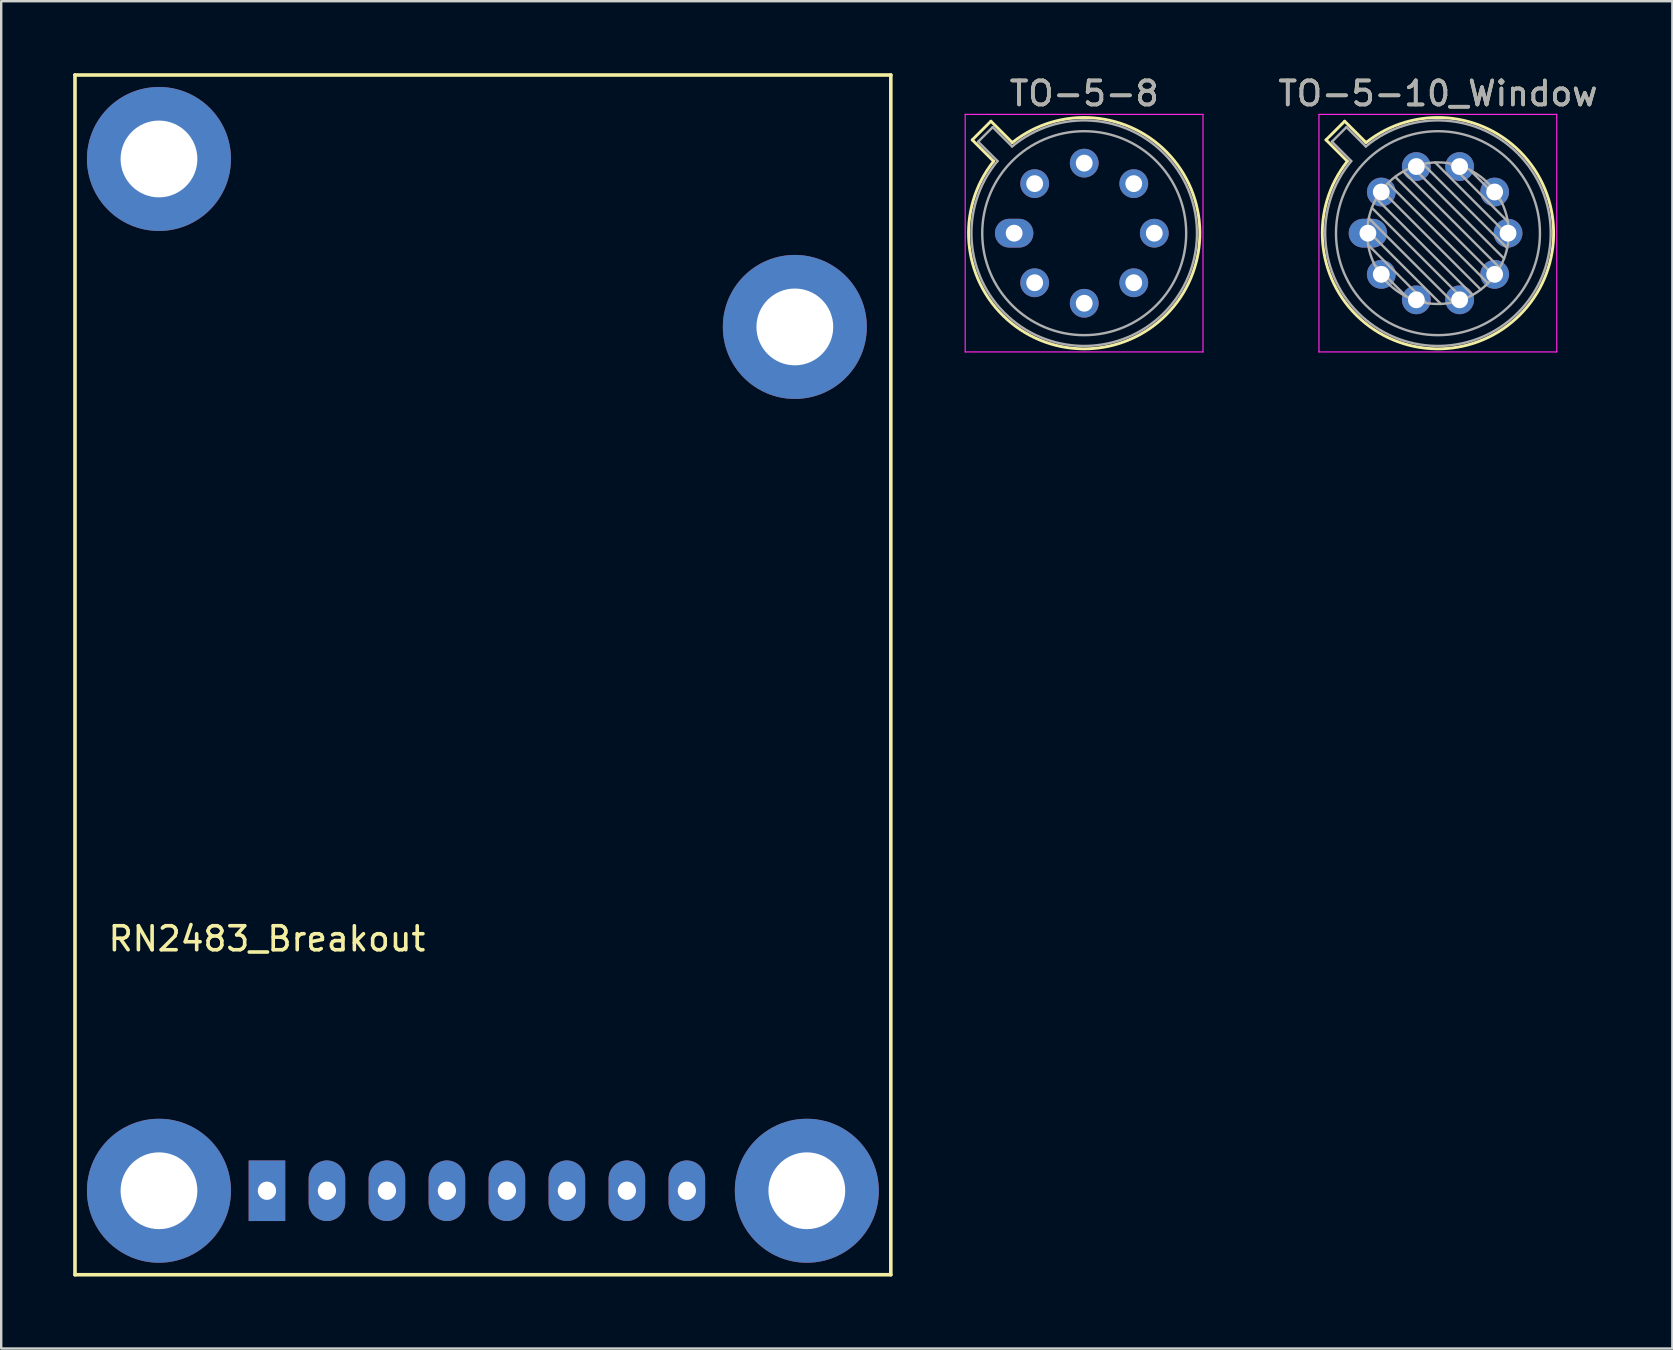
<source format=kicad_pcb>
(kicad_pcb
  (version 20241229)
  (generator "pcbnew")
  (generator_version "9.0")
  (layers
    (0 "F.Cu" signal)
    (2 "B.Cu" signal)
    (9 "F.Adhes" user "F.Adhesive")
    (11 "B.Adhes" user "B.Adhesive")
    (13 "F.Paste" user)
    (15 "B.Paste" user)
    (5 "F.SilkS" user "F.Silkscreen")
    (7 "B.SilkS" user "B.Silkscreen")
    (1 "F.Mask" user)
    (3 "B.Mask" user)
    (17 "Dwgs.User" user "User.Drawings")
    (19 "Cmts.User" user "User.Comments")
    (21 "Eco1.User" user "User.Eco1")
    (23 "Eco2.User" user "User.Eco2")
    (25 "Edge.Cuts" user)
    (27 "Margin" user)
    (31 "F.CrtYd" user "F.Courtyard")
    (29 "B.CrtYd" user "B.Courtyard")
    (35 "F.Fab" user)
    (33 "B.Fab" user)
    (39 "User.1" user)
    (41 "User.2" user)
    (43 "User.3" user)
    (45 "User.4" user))
  (footprint "TO-5-10_Window"
    (layer "F.Cu")
    (at 53.958 6.668)
    (property "Reference" "TO-5-10_Window" (at 2.92 -5.82 0) (layer "F.SilkS") (effects (font (size 1 1) (thickness 0.15))))
    (attr through_hole)
    (fp_line (start -1.746 -3.888) (end -0.855 -2.997) (stroke (width 0.12) (type solid)) (layer "F.SilkS"))
    (fp_line (start -0.968 -4.666) (end -1.746 -3.888) (stroke (width 0.12) (type solid)) (layer "F.SilkS"))
    (fp_line (start -0.077 -3.775) (end -0.968 -4.666) (stroke (width 0.12) (type solid)) (layer "F.SilkS"))
    (fp_arc (start -0.077084 -3.774902) (mid 6.328125 3.408384) (end -0.854674 -2.997371) (stroke (width 0.12) (type solid)) (layer "F.SilkS"))
    (fp_line (start -2.04 -4.95) (end -2.04 4.95) (stroke (width 0.05) (type solid)) (layer "F.CrtYd"))
    (fp_line (start -2.04 4.95) (end 7.87 4.95) (stroke (width 0.05) (type solid)) (layer "F.CrtYd"))
    (fp_line (start 7.87 -4.95) (end -2.04 -4.95) (stroke (width 0.05) (type solid)) (layer "F.CrtYd"))
    (fp_line (start 7.87 4.95) (end 7.87 -4.95) (stroke (width 0.05) (type solid)) (layer "F.CrtYd"))
    (fp_line (start -1.5 -3.812) (end -0.694 -3.005) (stroke (width 0.1) (type solid)) (layer "F.Fab"))
    (fp_line (start -0.892 -4.42) (end -1.5 -3.812) (stroke (width 0.1) (type solid)) (layer "F.Fab"))
    (fp_line (start -0.085 -3.614) (end -0.892 -4.42) (stroke (width 0.1) (type solid)) (layer "F.Fab"))
    (fp_line (start -0.028 -0.12) (end 3.04 2.948) (stroke (width 0.1) (type solid)) (layer "F.Fab"))
    (fp_line (start 0.009 0.485) (end 2.435 2.911) (stroke (width 0.1) (type solid)) (layer "F.Fab"))
    (fp_line (start 0.036 -0.622) (end 3.542 2.884) (stroke (width 0.1) (type solid)) (layer "F.Fab"))
    (fp_line (start 0.165 -1.058) (end 3.978 2.755) (stroke (width 0.1) (type solid)) (layer "F.Fab"))
    (fp_line (start 0.283 1.324) (end 1.596 2.637) (stroke (width 0.1) (type solid)) (layer "F.Fab"))
    (fp_line (start 0.346 -1.443) (end 4.363 2.574) (stroke (width 0.1) (type solid)) (layer "F.Fab"))
    (fp_line (start 0.57 -1.784) (end 4.704 2.35) (stroke (width 0.1) (type solid)) (layer "F.Fab"))
    (fp_line (start 0.834 -2.086) (end 5.006 2.086) (stroke (width 0.1) (type solid)) (layer "F.Fab"))
    (fp_line (start 1.136 -2.35) (end 5.27 1.784) (stroke (width 0.1) (type solid)) (layer "F.Fab"))
    (fp_line (start 1.477 -2.574) (end 5.494 1.443) (stroke (width 0.1) (type solid)) (layer "F.Fab"))
    (fp_line (start 1.862 -2.755) (end 5.675 1.058) (stroke (width 0.1) (type solid)) (layer "F.Fab"))
    (fp_line (start 2.298 -2.884) (end 5.804 0.622) (stroke (width 0.1) (type solid)) (layer "F.Fab"))
    (fp_line (start 2.8 -2.948) (end 5.868 0.12) (stroke (width 0.1) (type solid)) (layer "F.Fab"))
    (fp_line (start 3.405 -2.911) (end 5.831 -0.485) (stroke (width 0.1) (type solid)) (layer "F.Fab"))
    (fp_line (start 4.244 -2.637) (end 5.557 -1.324) (stroke (width 0.1) (type solid)) (layer "F.Fab"))
    (fp_arc (start -0.085408 -3.61352) (mid 6.243443 3.323361) (end -0.693594 -3.005319) (stroke (width 0.1) (type solid)) (layer "F.Fab"))
    (fp_circle (center 2.92 0) (end 5.87 0) (stroke (width 0.1) (type solid)) (fill no) (layer "F.Fab"))
    (fp_circle (center 2.92 0) (end 7.17 0) (stroke (width 0.1) (type solid)) (fill no) (layer "F.Fab"))
    (fp_text user "${REFERENCE}" (at 2.92 -5.82 0) (layer "F.Fab") (effects (font (size 1 1) (thickness 0.15))))
    (pad "1" thru_hole oval (at 0 0) (size 1.6 1.2) (drill 0.7) (layers "*.Cu" "*.Mask"))
    (pad "2" thru_hole oval (at 0.558 1.716) (size 1.2 1.2) (drill 0.7) (layers "*.Cu" "*.Mask"))
    (pad "3" thru_hole oval (at 2.018 2.777) (size 1.2 1.2) (drill 0.7) (layers "*.Cu" "*.Mask"))
    (pad "4" thru_hole oval (at 3.822 2.777) (size 1.2 1.2) (drill 0.7) (layers "*.Cu" "*.Mask"))
    (pad "5" thru_hole oval (at 5.282 1.716) (size 1.2 1.2) (drill 0.7) (layers "*.Cu" "*.Mask"))
    (pad "6" thru_hole oval (at 5.84 0) (size 1.2 1.2) (drill 0.7) (layers "*.Cu" "*.Mask"))
    (pad "7" thru_hole oval (at 5.282 -1.716) (size 1.2 1.2) (drill 0.7) (layers "*.Cu" "*.Mask"))
    (pad "8" thru_hole oval (at 3.822 -2.777) (size 1.2 1.2) (drill 0.7) (layers "*.Cu" "*.Mask"))
    (pad "9" thru_hole oval (at 2.018 -2.777) (size 1.2 1.2) (drill 0.7) (layers "*.Cu" "*.Mask"))
    (pad "10" thru_hole oval (at 0.558 -1.716) (size 1.2 1.2) (drill 0.7) (layers "*.Cu" "*.Mask")))
  (footprint "TO-5-8"
    (layer "F.Cu")
    (at 39.215 6.668)
    (property "Reference" "TO-5-8" (at 2.92 -5.82 0) (layer "F.SilkS") (effects (font (size 1 1) (thickness 0.15))))
    (attr through_hole)
    (fp_line (start -1.746 -3.888) (end -0.855 -2.997) (stroke (width 0.12) (type solid)) (layer "F.SilkS"))
    (fp_line (start -0.968 -4.666) (end -1.746 -3.888) (stroke (width 0.12) (type solid)) (layer "F.SilkS"))
    (fp_line (start -0.077 -3.775) (end -0.968 -4.666) (stroke (width 0.12) (type solid)) (layer "F.SilkS"))
    (fp_arc (start -0.077084 -3.774902) (mid 6.328125 3.408384) (end -0.854674 -2.997371) (stroke (width 0.12) (type solid)) (layer "F.SilkS"))
    (fp_line (start -2.04 -4.95) (end -2.04 4.95) (stroke (width 0.05) (type solid)) (layer "F.CrtYd"))
    (fp_line (start -2.04 4.95) (end 7.87 4.95) (stroke (width 0.05) (type solid)) (layer "F.CrtYd"))
    (fp_line (start 7.87 -4.95) (end -2.04 -4.95) (stroke (width 0.05) (type solid)) (layer "F.CrtYd"))
    (fp_line (start 7.87 4.95) (end 7.87 -4.95) (stroke (width 0.05) (type solid)) (layer "F.CrtYd"))
    (fp_line (start -1.5 -3.812) (end -0.694 -3.005) (stroke (width 0.1) (type solid)) (layer "F.Fab"))
    (fp_line (start -0.892 -4.42) (end -1.5 -3.812) (stroke (width 0.1) (type solid)) (layer "F.Fab"))
    (fp_line (start -0.085 -3.614) (end -0.892 -4.42) (stroke (width 0.1) (type solid)) (layer "F.Fab"))
    (fp_arc (start -0.085408 -3.61352) (mid 6.243443 3.323361) (end -0.693594 -3.005319) (stroke (width 0.1) (type solid)) (layer "F.Fab"))
    (fp_circle (center 2.92 0) (end 7.17 0) (stroke (width 0.1) (type solid)) (fill no) (layer "F.Fab"))
    (fp_text user "${REFERENCE}" (at 2.92 -5.82 0) (layer "F.Fab") (effects (font (size 1 1) (thickness 0.15))))
    (pad "1" thru_hole oval (at 0 0) (size 1.6 1.2) (drill 0.7) (layers "*.Cu" "*.Mask"))
    (pad "2" thru_hole oval (at 0.855 2.065) (size 1.2 1.2) (drill 0.7) (layers "*.Cu" "*.Mask"))
    (pad "3" thru_hole oval (at 2.92 2.92) (size 1.2 1.2) (drill 0.7) (layers "*.Cu" "*.Mask"))
    (pad "4" thru_hole oval (at 4.985 2.065) (size 1.2 1.2) (drill 0.7) (layers "*.Cu" "*.Mask"))
    (pad "5" thru_hole oval (at 5.84 0) (size 1.2 1.2) (drill 0.7) (layers "*.Cu" "*.Mask"))
    (pad "6" thru_hole oval (at 4.985 -2.065) (size 1.2 1.2) (drill 0.7) (layers "*.Cu" "*.Mask"))
    (pad "7" thru_hole oval (at 2.92 -2.92) (size 1.2 1.2) (drill 0.7) (layers "*.Cu" "*.Mask"))
    (pad "8" thru_hole oval (at 0.855 -2.065) (size 1.2 1.2) (drill 0.7) (layers "*.Cu" "*.Mask")))
  (footprint "RN2483_Breakout"
    (layer "F.Cu")
    (at 8.075 46.575)
    (property "Reference" "RN2483_Breakout" (at 0 -10.5 0) (layer "F.SilkS") (effects (font (size 1 1) (thickness 0.15))))
    (attr through_hole)
    (fp_line (start -8 -46.5) (end -8 3.5) (stroke (width 0.15) (type solid)) (layer "F.SilkS"))
    (fp_line (start -8 3.5) (end 26 3.5) (stroke (width 0.15) (type solid)) (layer "F.SilkS"))
    (fp_line (start 26 -46.5) (end -8 -46.5) (stroke (width 0.15) (type solid)) (layer "F.SilkS"))
    (fp_line (start 26 3.5) (end 26 -46.5) (stroke (width 0.15) (type solid)) (layer "F.SilkS"))
    (pad "" np_thru_hole oval (at -4.5 -43) (size 6 6) (drill 3.2) (layers "*.Cu" "*.Mask"))
    (pad "" np_thru_hole oval (at -4.5 0) (size 6 6) (drill 3.2) (layers "*.Cu" "*.Mask"))
    (pad "" np_thru_hole oval (at 22 -36) (size 6 6) (drill 3.2) (layers "*.Cu" "*.Mask"))
    (pad "" np_thru_hole oval (at 22.5 0) (size 6 6) (drill 3.2) (layers "*.Cu" "*.Mask"))
    (pad "1" thru_hole rect (at 0 0) (size 1.524 2.524) (drill 0.762) (layers "*.Cu" "*.Mask"))
    (pad "2" thru_hole oval (at 2.5 0) (size 1.524 2.524) (drill 0.762) (layers "*.Cu" "*.Mask"))
    (pad "3" thru_hole oval (at 5 0) (size 1.524 2.524) (drill 0.762) (layers "*.Cu" "*.Mask"))
    (pad "4" thru_hole oval (at 7.5 0) (size 1.524 2.524) (drill 0.762) (layers "*.Cu" "*.Mask"))
    (pad "5" thru_hole oval (at 10 0) (size 1.524 2.524) (drill 0.762) (layers "*.Cu" "*.Mask"))
    (pad "6" thru_hole oval (at 12.5 0) (size 1.524 2.524) (drill 0.762) (layers "*.Cu" "*.Mask"))
    (pad "7" thru_hole oval (at 15 0) (size 1.524 2.524) (drill 0.762) (layers "*.Cu" "*.Mask"))
    (pad "8" thru_hole oval (at 17.5 0) (size 1.524 2.524) (drill 0.762) (layers "*.Cu" "*.Mask")))
  (gr_rect
    (start -3 -3)
    (end 66.646 53.15)
    (stroke (width 0.1) (type default))
    (fill no)
    (layer "Edge.Cuts")))
</source>
